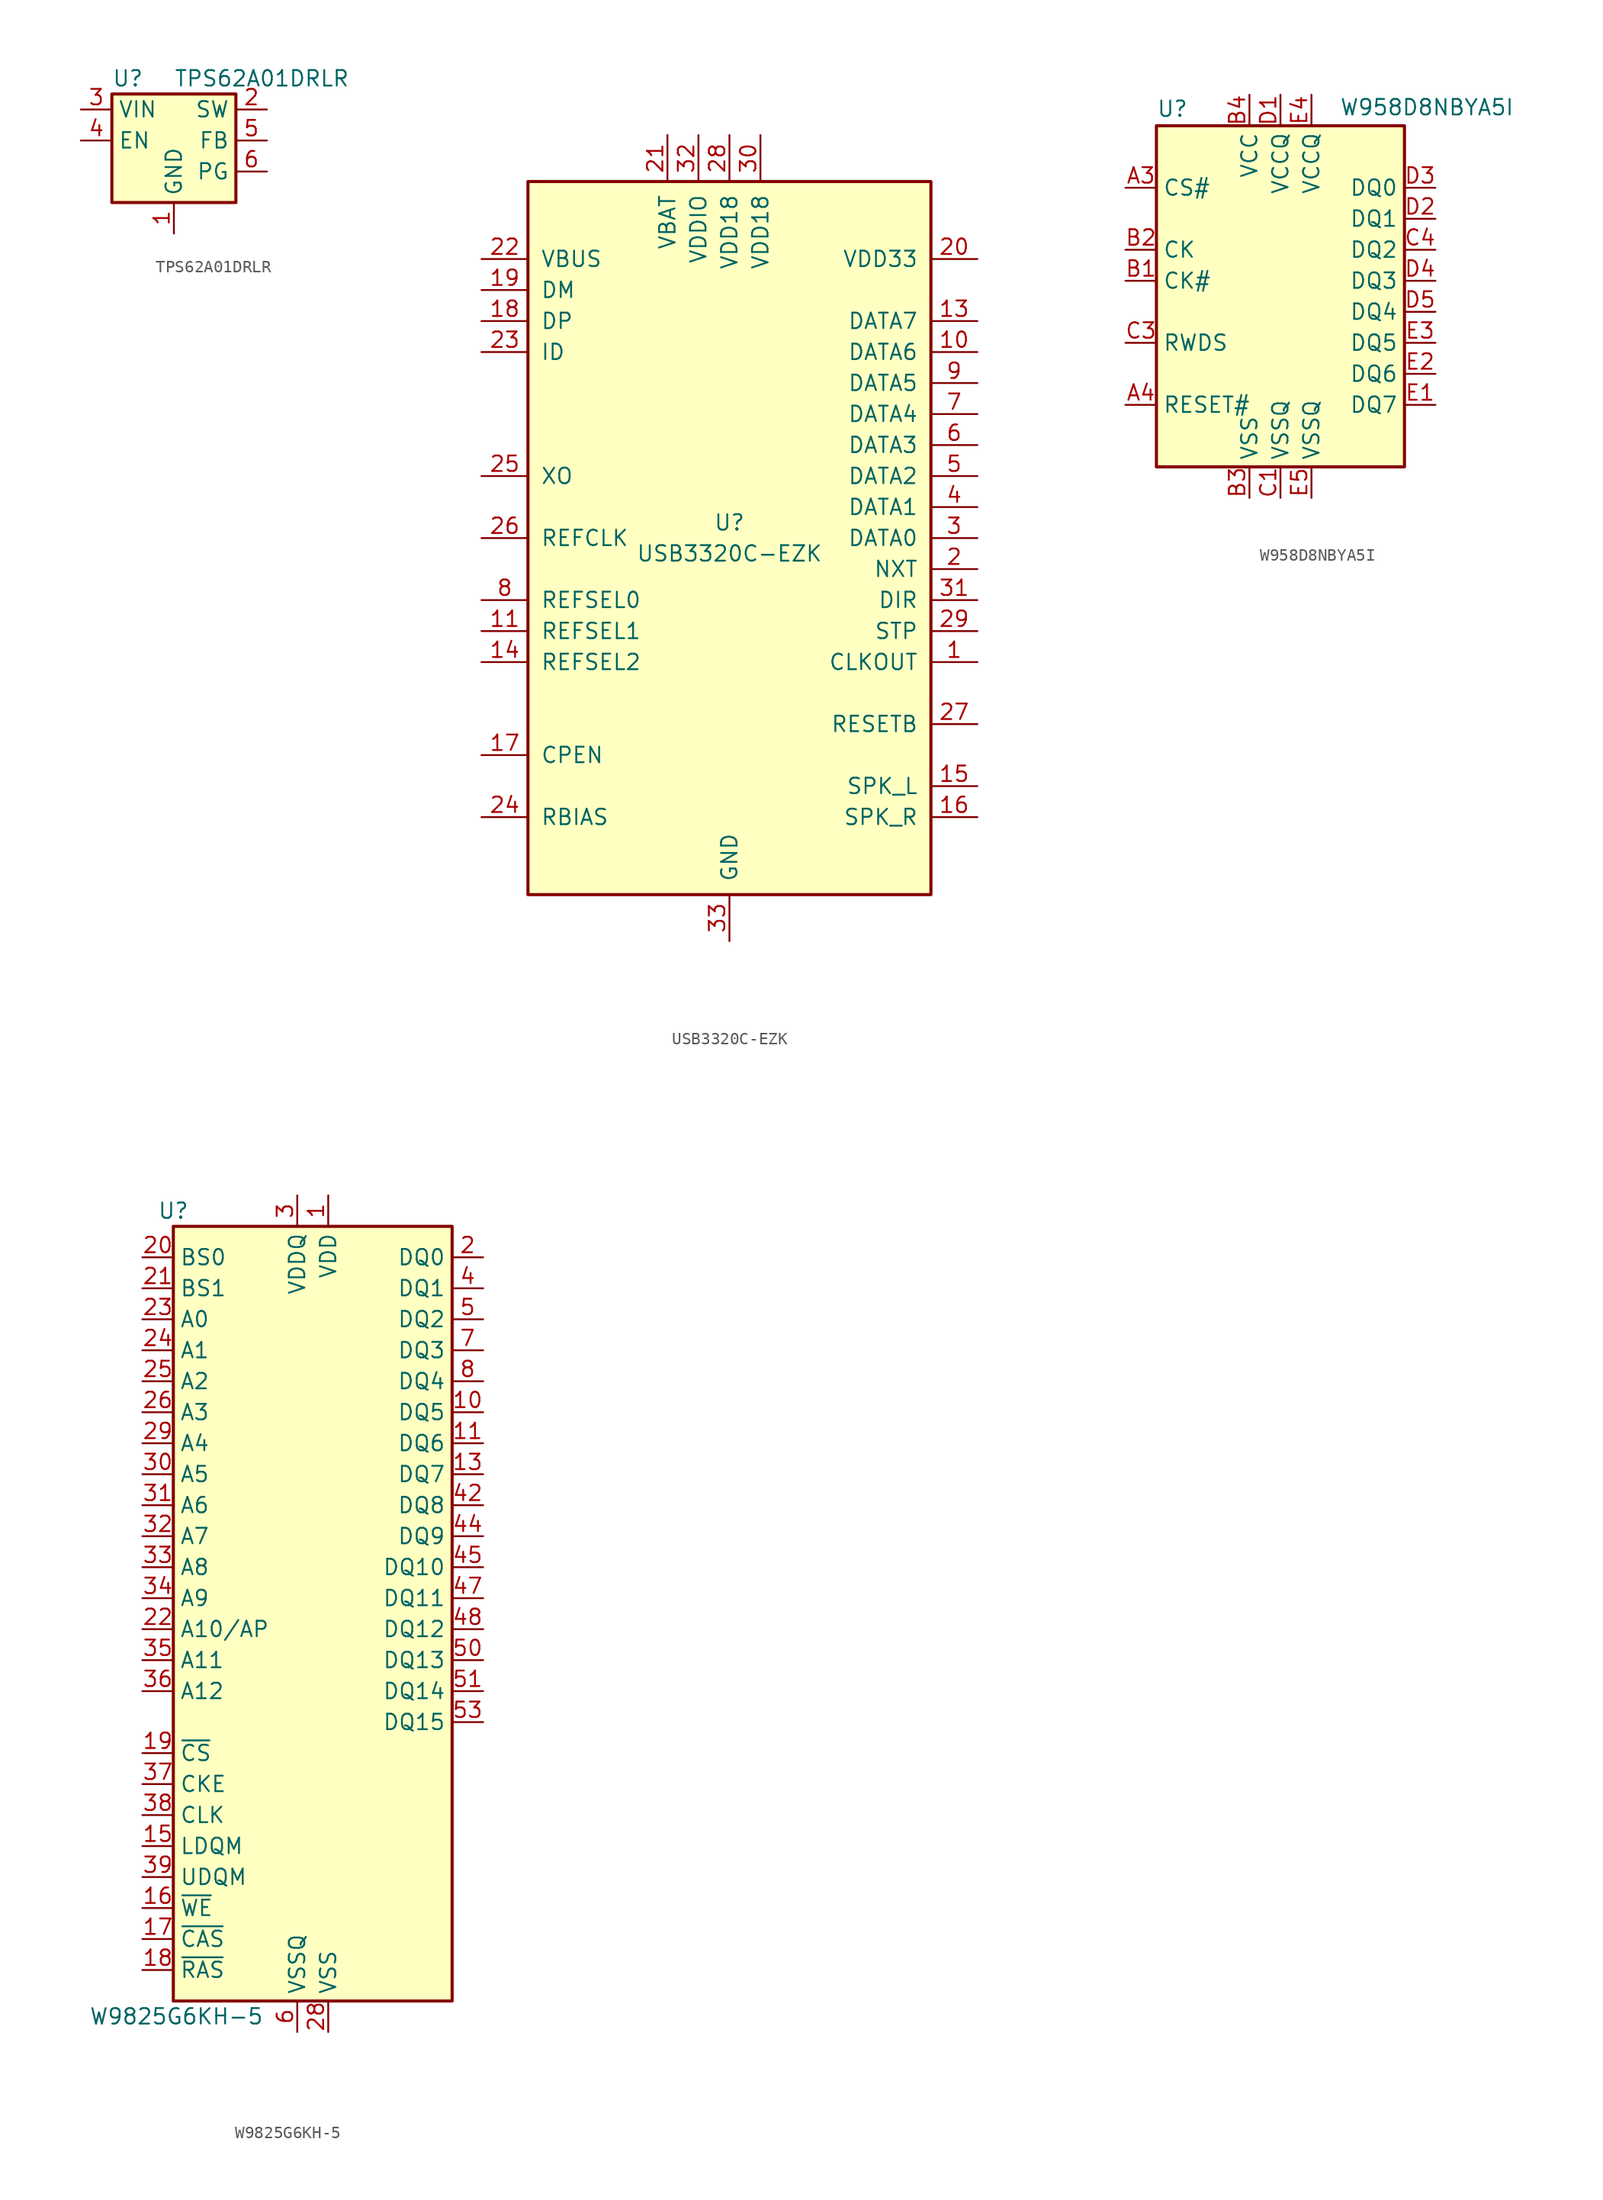
<source format=kicad_sym>
(kicad_symbol_lib
  (version 20241209)
  (generator "kicad_symbol_editor")
  (generator_version "9.0")
  (symbol "TPS62A01DRLR"
    (property "Reference" "U"
      (at -5.08 5.08 0)
      (effects (font (size 1.27 1.27)) (justify left)))
    (property "Value" "TPS62A01DRLR"
      (at 0 5.08 0)
      (effects (font (size 1.27 1.27)) (justify left)))
    (symbol "TPS62A01DRLR_0_1"
      (rectangle (start -5.08 3.81) (end 5.08 -5.08) (stroke (width 0.254) (type default)) (fill (type background))))
    (symbol "TPS62A01DRLR_1_1"
      (pin power_in line (at -7.62 2.54 0) (length 2.54) (name "VIN" (effects (font (size 1.27 1.27)))) (number "3" (effects (font (size 1.27 1.27)))))
      (pin input line (at -7.62 0 0) (length 2.54) (name "EN" (effects (font (size 1.27 1.27)))) (number "4" (effects (font (size 1.27 1.27)))))
      (pin power_in line (at 0 -7.62 90) (length 2.54) (name "GND" (effects (font (size 1.27 1.27)))) (number "1" (effects (font (size 1.27 1.27)))))
      (pin power_out line (at 7.62 2.54 180) (length 2.54) (name "SW" (effects (font (size 1.27 1.27)))) (number "2" (effects (font (size 1.27 1.27)))))
      (pin input line (at 7.62 0 180) (length 2.54) (name "FB" (effects (font (size 1.27 1.27)))) (number "5" (effects (font (size 1.27 1.27)))))
      (pin open_collector line (at 7.62 -2.54 180) (length 2.54) (name "PG" (effects (font (size 1.27 1.27)))) (number "6" (effects (font (size 1.27 1.27)))))))
  (symbol "USB3320C-EZK"
    (pin_names
      (offset 1.016))
    (property "Reference" "U"
      (at 0 1.27 0)
      (effects (font (size 1.27 1.27))))
    (property "Value" "USB3320C-EZK"
      (at 0 -1.27 0)
      (effects (font (size 1.27 1.27))))
    (symbol "USB3320C-EZK_0_1"
      (rectangle (start -16.51 29.21) (end 16.51 -29.21) (stroke (width 0.254) (type default)) (fill (type background))))
    (symbol "USB3320C-EZK_1_1"
      (pin power_in line (at -20.32 22.86 0) (length 3.81) (name "VBUS" (effects (font (size 1.27 1.27)))) (number "22" (effects (font (size 1.27 1.27)))))
      (pin bidirectional line (at -20.32 20.32 0) (length 3.81) (name "DM" (effects (font (size 1.27 1.27)))) (number "19" (effects (font (size 1.27 1.27)))))
      (pin bidirectional line (at -20.32 17.78 0) (length 3.81) (name "DP" (effects (font (size 1.27 1.27)))) (number "18" (effects (font (size 1.27 1.27)))))
      (pin input line (at -20.32 15.24 0) (length 3.81) (name "ID" (effects (font (size 1.27 1.27)))) (number "23" (effects (font (size 1.27 1.27)))))
      (pin output line (at -20.32 5.08 0) (length 3.81) (name "XO" (effects (font (size 1.27 1.27)))) (number "25" (effects (font (size 1.27 1.27)))))
      (pin input line (at -20.32 0 0) (length 3.81) (name "REFCLK" (effects (font (size 1.27 1.27)))) (number "26" (effects (font (size 1.27 1.27)))))
      (pin input line (at -20.32 -5.08 0) (length 3.81) (name "REFSEL0" (effects (font (size 1.27 1.27)))) (number "8" (effects (font (size 1.27 1.27)))))
      (pin input line (at -20.32 -7.62 0) (length 3.81) (name "REFSEL1" (effects (font (size 1.27 1.27)))) (number "11" (effects (font (size 1.27 1.27)))))
      (pin input line (at -20.32 -10.16 0) (length 3.81) (name "REFSEL2" (effects (font (size 1.27 1.27)))) (number "14" (effects (font (size 1.27 1.27)))))
      (pin output line (at -20.32 -17.78 0) (length 3.81) (name "CPEN" (effects (font (size 1.27 1.27)))) (number "17" (effects (font (size 1.27 1.27)))))
      (pin passive line (at -20.32 -22.86 0) (length 3.81) (name "RBIAS" (effects (font (size 1.27 1.27)))) (number "24" (effects (font (size 1.27 1.27)))))
      (pin power_in line (at -5.08 33.02 270) (length 3.81) (name "VBAT" (effects (font (size 1.27 1.27)))) (number "21" (effects (font (size 1.27 1.27)))))
      (pin power_in line (at -2.54 33.02 270) (length 3.81) (name "VDDIO" (effects (font (size 1.27 1.27)))) (number "32" (effects (font (size 1.27 1.27)))))
      (pin no_connect line (at -2.54 -29.21 90) (length 3.81) (hide yes) (name "NC" (effects (font (size 1.27 1.27)))) (number "12" (effects (font (size 1.27 1.27)))))
      (pin power_in line (at 0 33.02 270) (length 3.81) (name "VDD18" (effects (font (size 1.27 1.27)))) (number "28" (effects (font (size 1.27 1.27)))))
      (pin power_in line (at 0 -33.02 90) (length 3.81) (name "GND" (effects (font (size 1.27 1.27)))) (number "33" (effects (font (size 1.27 1.27)))))
      (pin power_in line (at 2.54 33.02 270) (length 3.81) (name "VDD18" (effects (font (size 1.27 1.27)))) (number "30" (effects (font (size 1.27 1.27)))))
      (pin power_out line (at 20.32 22.86 180) (length 3.81) (name "VDD33" (effects (font (size 1.27 1.27)))) (number "20" (effects (font (size 1.27 1.27)))))
      (pin bidirectional line (at 20.32 17.78 180) (length 3.81) (name "DATA7" (effects (font (size 1.27 1.27)))) (number "13" (effects (font (size 1.27 1.27)))))
      (pin bidirectional line (at 20.32 15.24 180) (length 3.81) (name "DATA6" (effects (font (size 1.27 1.27)))) (number "10" (effects (font (size 1.27 1.27)))))
      (pin bidirectional line (at 20.32 12.7 180) (length 3.81) (name "DATA5" (effects (font (size 1.27 1.27)))) (number "9" (effects (font (size 1.27 1.27)))))
      (pin bidirectional line (at 20.32 10.16 180) (length 3.81) (name "DATA4" (effects (font (size 1.27 1.27)))) (number "7" (effects (font (size 1.27 1.27)))))
      (pin bidirectional line (at 20.32 7.62 180) (length 3.81) (name "DATA3" (effects (font (size 1.27 1.27)))) (number "6" (effects (font (size 1.27 1.27)))))
      (pin bidirectional line (at 20.32 5.08 180) (length 3.81) (name "DATA2" (effects (font (size 1.27 1.27)))) (number "5" (effects (font (size 1.27 1.27)))))
      (pin bidirectional line (at 20.32 2.54 180) (length 3.81) (name "DATA1" (effects (font (size 1.27 1.27)))) (number "4" (effects (font (size 1.27 1.27)))))
      (pin bidirectional line (at 20.32 0 180) (length 3.81) (name "DATA0" (effects (font (size 1.27 1.27)))) (number "3" (effects (font (size 1.27 1.27)))))
      (pin output line (at 20.32 -2.54 180) (length 3.81) (name "NXT" (effects (font (size 1.27 1.27)))) (number "2" (effects (font (size 1.27 1.27)))))
      (pin output line (at 20.32 -5.08 180) (length 3.81) (name "DIR" (effects (font (size 1.27 1.27)))) (number "31" (effects (font (size 1.27 1.27)))))
      (pin input line (at 20.32 -7.62 180) (length 3.81) (name "STP" (effects (font (size 1.27 1.27)))) (number "29" (effects (font (size 1.27 1.27)))))
      (pin output line (at 20.32 -10.16 180) (length 3.81) (name "CLKOUT" (effects (font (size 1.27 1.27)))) (number "1" (effects (font (size 1.27 1.27)))))
      (pin input line (at 20.32 -15.24 180) (length 3.81) (name "RESETB" (effects (font (size 1.27 1.27)))) (number "27" (effects (font (size 1.27 1.27)))))
      (pin passive line (at 20.32 -20.32 180) (length 3.81) (name "SPK_L" (effects (font (size 1.27 1.27)))) (number "15" (effects (font (size 1.27 1.27)))))
      (pin passive line (at 20.32 -22.86 180) (length 3.81) (name "SPK_R" (effects (font (size 1.27 1.27)))) (number "16" (effects (font (size 1.27 1.27)))))))
  (symbol "W958D8NBYA5I"
    (property "Reference" "U"
      (at -10.16 13.335 0)
      (effects (font (size 1.27 1.27)) (justify left bottom)))
    (property "Value" "W958D8NBYA5I"
      (at 4.826 13.462 0)
      (effects (font (size 1.27 1.27)) (justify left bottom)))
    (symbol "W958D8NBYA5I_0_1"
      (rectangle (start -10.16 12.7) (end 10.16 -15.24) (stroke (width 0.254) (type default)) (fill (type background))))
    (symbol "W958D8NBYA5I_1_1"
      (pin input line (at -12.7 7.62 0) (length 2.54) (name "CS#" (effects (font (size 1.27 1.27)))) (number "A3" (effects (font (size 1.27 1.27)))))
      (pin input line (at -12.7 2.54 0) (length 2.54) (name "CK" (effects (font (size 1.27 1.27)))) (number "B2" (effects (font (size 1.27 1.27)))))
      (pin input line (at -12.7 0 0) (length 2.54) (name "CK#" (effects (font (size 1.27 1.27)))) (number "B1" (effects (font (size 1.27 1.27)))))
      (pin bidirectional line (at -12.7 -5.08 0) (length 2.54) (name "RWDS" (effects (font (size 1.27 1.27)))) (number "C3" (effects (font (size 1.27 1.27)))))
      (pin input line (at -12.7 -10.16 0) (length 2.54) (name "RESET#" (effects (font (size 1.27 1.27)))) (number "A4" (effects (font (size 1.27 1.27)))))
      (pin no_connect line (at -10.16 -7.62 0) (length 2.54) (hide yes) (name "RFU" (effects (font (size 1.27 1.27)))) (number "A2" (effects (font (size 1.27 1.27)))))
      (pin no_connect line (at -10.16 -12.7 0) (length 2.54) (hide yes) (name "RFU" (effects (font (size 1.27 1.27)))) (number "B5" (effects (font (size 1.27 1.27)))))
      (pin no_connect line (at -10.16 -15.24 0) (length 2.54) (hide yes) (name "RFU" (effects (font (size 1.27 1.27)))) (number "A5" (effects (font (size 1.27 1.27)))))
      (pin power_in line (at -2.54 15.24 270) (length 2.54) (name "VCC" (effects (font (size 1.27 1.27)))) (number "B4" (effects (font (size 1.27 1.27)))))
      (pin power_in line (at -2.54 -17.78 90) (length 2.54) (name "VSS" (effects (font (size 1.27 1.27)))) (number "B3" (effects (font (size 1.27 1.27)))))
      (pin power_in line (at 0 15.24 270) (length 2.54) (name "VCCQ" (effects (font (size 1.27 1.27)))) (number "D1" (effects (font (size 1.27 1.27)))))
      (pin power_in line (at 0 -17.78 90) (length 2.54) (name "VSSQ" (effects (font (size 1.27 1.27)))) (number "C1" (effects (font (size 1.27 1.27)))))
      (pin power_in line (at 2.54 15.24 270) (length 2.54) (name "VCCQ" (effects (font (size 1.27 1.27)))) (number "E4" (effects (font (size 1.27 1.27)))))
      (pin power_in line (at 2.54 -17.78 90) (length 2.54) (name "VSSQ" (effects (font (size 1.27 1.27)))) (number "E5" (effects (font (size 1.27 1.27)))))
      (pin no_connect line (at 10.16 -12.7 180) (length 2.54) (hide yes) (name "RFU" (effects (font (size 1.27 1.27)))) (number "C2" (effects (font (size 1.27 1.27)))))
      (pin no_connect line (at 10.16 -15.24 180) (length 2.54) (hide yes) (name "RFU" (effects (font (size 1.27 1.27)))) (number "C5" (effects (font (size 1.27 1.27)))))
      (pin tri_state line (at 12.7 7.62 180) (length 2.54) (name "DQ0" (effects (font (size 1.27 1.27)))) (number "D3" (effects (font (size 1.27 1.27)))))
      (pin tri_state line (at 12.7 5.08 180) (length 2.54) (name "DQ1" (effects (font (size 1.27 1.27)))) (number "D2" (effects (font (size 1.27 1.27)))))
      (pin tri_state line (at 12.7 2.54 180) (length 2.54) (name "DQ2" (effects (font (size 1.27 1.27)))) (number "C4" (effects (font (size 1.27 1.27)))))
      (pin tri_state line (at 12.7 0 180) (length 2.54) (name "DQ3" (effects (font (size 1.27 1.27)))) (number "D4" (effects (font (size 1.27 1.27)))))
      (pin tri_state line (at 12.7 -2.54 180) (length 2.54) (name "DQ4" (effects (font (size 1.27 1.27)))) (number "D5" (effects (font (size 1.27 1.27)))))
      (pin tri_state line (at 12.7 -5.08 180) (length 2.54) (name "DQ5" (effects (font (size 1.27 1.27)))) (number "E3" (effects (font (size 1.27 1.27)))))
      (pin tri_state line (at 12.7 -7.62 180) (length 2.54) (name "DQ6" (effects (font (size 1.27 1.27)))) (number "E2" (effects (font (size 1.27 1.27)))))
      (pin tri_state line (at 12.7 -10.16 180) (length 2.54) (name "DQ7" (effects (font (size 1.27 1.27)))) (number "E1" (effects (font (size 1.27 1.27)))))))
  (symbol "W9825G6KH-5"
    (property "Reference" "U"
      (at -10.16 31.75 0)
      (effects (font (size 1.27 1.27))))
    (property "Value" "W9825G6KH-5"
      (at -9.906 -34.29 0)
      (effects (font (size 1.27 1.27))))
    (symbol "W9825G6KH-5_1_1"
      (rectangle (start -10.16 30.48) (end 12.7 -33.02) (stroke (width 0.254) (type default)) (fill (type background)))
      (pin input line (at -12.7 27.94 0) (length 2.54) (name "BS0" (effects (font (size 1.27 1.27)))) (number "20" (effects (font (size 1.27 1.27)))))
      (pin input line (at -12.7 25.4 0) (length 2.54) (name "BS1" (effects (font (size 1.27 1.27)))) (number "21" (effects (font (size 1.27 1.27)))))
      (pin input line (at -12.7 22.86 0) (length 2.54) (name "A0" (effects (font (size 1.27 1.27)))) (number "23" (effects (font (size 1.27 1.27)))))
      (pin input line (at -12.7 20.32 0) (length 2.54) (name "A1" (effects (font (size 1.27 1.27)))) (number "24" (effects (font (size 1.27 1.27)))))
      (pin input line (at -12.7 17.78 0) (length 2.54) (name "A2" (effects (font (size 1.27 1.27)))) (number "25" (effects (font (size 1.27 1.27)))))
      (pin input line (at -12.7 15.24 0) (length 2.54) (name "A3" (effects (font (size 1.27 1.27)))) (number "26" (effects (font (size 1.27 1.27)))))
      (pin input line (at -12.7 12.7 0) (length 2.54) (name "A4" (effects (font (size 1.27 1.27)))) (number "29" (effects (font (size 1.27 1.27)))))
      (pin input line (at -12.7 10.16 0) (length 2.54) (name "A5" (effects (font (size 1.27 1.27)))) (number "30" (effects (font (size 1.27 1.27)))))
      (pin input line (at -12.7 7.62 0) (length 2.54) (name "A6" (effects (font (size 1.27 1.27)))) (number "31" (effects (font (size 1.27 1.27)))))
      (pin input line (at -12.7 5.08 0) (length 2.54) (name "A7" (effects (font (size 1.27 1.27)))) (number "32" (effects (font (size 1.27 1.27)))))
      (pin input line (at -12.7 2.54 0) (length 2.54) (name "A8" (effects (font (size 1.27 1.27)))) (number "33" (effects (font (size 1.27 1.27)))))
      (pin input line (at -12.7 0 0) (length 2.54) (name "A9" (effects (font (size 1.27 1.27)))) (number "34" (effects (font (size 1.27 1.27)))))
      (pin input line (at -12.7 -2.54 0) (length 2.54) (name "A10/AP" (effects (font (size 1.27 1.27)))) (number "22" (effects (font (size 1.27 1.27)))))
      (pin input line (at -12.7 -5.08 0) (length 2.54) (name "A11" (effects (font (size 1.27 1.27)))) (number "35" (effects (font (size 1.27 1.27)))))
      (pin input line (at -12.7 -7.62 0) (length 2.54) (name "A12" (effects (font (size 1.27 1.27)))) (number "36" (effects (font (size 1.27 1.27)))))
      (pin input line (at -12.7 -12.7 0) (length 2.54) (name "~{CS}" (effects (font (size 1.27 1.27)))) (number "19" (effects (font (size 1.27 1.27)))))
      (pin input line (at -12.7 -15.24 0) (length 2.54) (name "CKE" (effects (font (size 1.27 1.27)))) (number "37" (effects (font (size 1.27 1.27)))))
      (pin input line (at -12.7 -17.78 0) (length 2.54) (name "CLK" (effects (font (size 1.27 1.27)))) (number "38" (effects (font (size 1.27 1.27)))))
      (pin input line (at -12.7 -20.32 0) (length 2.54) (name "LDQM" (effects (font (size 1.27 1.27)))) (number "15" (effects (font (size 1.27 1.27)))))
      (pin input line (at -12.7 -22.86 0) (length 2.54) (name "UDQM" (effects (font (size 1.27 1.27)))) (number "39" (effects (font (size 1.27 1.27)))))
      (pin input line (at -12.7 -25.4 0) (length 2.54) (name "~{WE}" (effects (font (size 1.27 1.27)))) (number "16" (effects (font (size 1.27 1.27)))))
      (pin input line (at -12.7 -27.94 0) (length 2.54) (name "~{CAS}" (effects (font (size 1.27 1.27)))) (number "17" (effects (font (size 1.27 1.27)))))
      (pin input line (at -12.7 -30.48 0) (length 2.54) (name "~{RAS}" (effects (font (size 1.27 1.27)))) (number "18" (effects (font (size 1.27 1.27)))))
      (pin power_in line (at 0 33.02 270) (length 2.54) (name "VDDQ" (effects (font (size 1.27 1.27)))) (number "3" (effects (font (size 1.27 1.27)))))
      (pin passive line (at 0 33.02 270) (length 2.54) (hide yes) (name "VDDQ" (effects (font (size 1.27 1.27)))) (number "43" (effects (font (size 1.27 1.27)))))
      (pin passive line (at 0 33.02 270) (length 2.54) (hide yes) (name "VDDQ" (effects (font (size 1.27 1.27)))) (number "49" (effects (font (size 1.27 1.27)))))
      (pin passive line (at 0 33.02 270) (length 2.54) (hide yes) (name "VDDQ" (effects (font (size 1.27 1.27)))) (number "9" (effects (font (size 1.27 1.27)))))
      (pin passive line (at 0 -35.56 90) (length 2.54) (hide yes) (name "VSSQ" (effects (font (size 1.27 1.27)))) (number "12" (effects (font (size 1.27 1.27)))))
      (pin passive line (at 0 -35.56 90) (length 2.54) (hide yes) (name "VSSQ" (effects (font (size 1.27 1.27)))) (number "46" (effects (font (size 1.27 1.27)))))
      (pin passive line (at 0 -35.56 90) (length 2.54) (hide yes) (name "VSSQ" (effects (font (size 1.27 1.27)))) (number "52" (effects (font (size 1.27 1.27)))))
      (pin power_in line (at 0 -35.56 90) (length 2.54) (name "VSSQ" (effects (font (size 1.27 1.27)))) (number "6" (effects (font (size 1.27 1.27)))))
      (pin power_in line (at 2.54 33.02 270) (length 2.54) (name "VDD" (effects (font (size 1.27 1.27)))) (number "1" (effects (font (size 1.27 1.27)))))
      (pin passive line (at 2.54 33.02 270) (length 2.54) (hide yes) (name "VDD" (effects (font (size 1.27 1.27)))) (number "14" (effects (font (size 1.27 1.27)))))
      (pin passive line (at 2.54 33.02 270) (length 2.54) (hide yes) (name "VDD" (effects (font (size 1.27 1.27)))) (number "27" (effects (font (size 1.27 1.27)))))
      (pin power_in line (at 2.54 -35.56 90) (length 2.54) (name "VSS" (effects (font (size 1.27 1.27)))) (number "28" (effects (font (size 1.27 1.27)))))
      (pin passive line (at 2.54 -35.56 90) (length 2.54) (hide yes) (name "VSS" (effects (font (size 1.27 1.27)))) (number "41" (effects (font (size 1.27 1.27)))))
      (pin passive line (at 2.54 -35.56 90) (length 2.54) (hide yes) (name "VSS" (effects (font (size 1.27 1.27)))) (number "54" (effects (font (size 1.27 1.27)))))
      (pin no_connect line (at 12.7 -17.78 180) (length 2.54) (hide yes) (name "NC" (effects (font (size 1.27 1.27)))) (number "40" (effects (font (size 1.27 1.27)))))
      (pin bidirectional line (at 15.24 27.94 180) (length 2.54) (name "DQ0" (effects (font (size 1.27 1.27)))) (number "2" (effects (font (size 1.27 1.27)))))
      (pin bidirectional line (at 15.24 25.4 180) (length 2.54) (name "DQ1" (effects (font (size 1.27 1.27)))) (number "4" (effects (font (size 1.27 1.27)))))
      (pin bidirectional line (at 15.24 22.86 180) (length 2.54) (name "DQ2" (effects (font (size 1.27 1.27)))) (number "5" (effects (font (size 1.27 1.27)))))
      (pin bidirectional line (at 15.24 20.32 180) (length 2.54) (name "DQ3" (effects (font (size 1.27 1.27)))) (number "7" (effects (font (size 1.27 1.27)))))
      (pin bidirectional line (at 15.24 17.78 180) (length 2.54) (name "DQ4" (effects (font (size 1.27 1.27)))) (number "8" (effects (font (size 1.27 1.27)))))
      (pin bidirectional line (at 15.24 15.24 180) (length 2.54) (name "DQ5" (effects (font (size 1.27 1.27)))) (number "10" (effects (font (size 1.27 1.27)))))
      (pin bidirectional line (at 15.24 12.7 180) (length 2.54) (name "DQ6" (effects (font (size 1.27 1.27)))) (number "11" (effects (font (size 1.27 1.27)))))
      (pin bidirectional line (at 15.24 10.16 180) (length 2.54) (name "DQ7" (effects (font (size 1.27 1.27)))) (number "13" (effects (font (size 1.27 1.27)))))
      (pin bidirectional line (at 15.24 7.62 180) (length 2.54) (name "DQ8" (effects (font (size 1.27 1.27)))) (number "42" (effects (font (size 1.27 1.27)))))
      (pin bidirectional line (at 15.24 5.08 180) (length 2.54) (name "DQ9" (effects (font (size 1.27 1.27)))) (number "44" (effects (font (size 1.27 1.27)))))
      (pin bidirectional line (at 15.24 2.54 180) (length 2.54) (name "DQ10" (effects (font (size 1.27 1.27)))) (number "45" (effects (font (size 1.27 1.27)))))
      (pin bidirectional line (at 15.24 0 180) (length 2.54) (name "DQ11" (effects (font (size 1.27 1.27)))) (number "47" (effects (font (size 1.27 1.27)))))
      (pin bidirectional line (at 15.24 -2.54 180) (length 2.54) (name "DQ12" (effects (font (size 1.27 1.27)))) (number "48" (effects (font (size 1.27 1.27)))))
      (pin bidirectional line (at 15.24 -5.08 180) (length 2.54) (name "DQ13" (effects (font (size 1.27 1.27)))) (number "50" (effects (font (size 1.27 1.27)))))
      (pin bidirectional line (at 15.24 -7.62 180) (length 2.54) (name "DQ14" (effects (font (size 1.27 1.27)))) (number "51" (effects (font (size 1.27 1.27)))))
      (pin bidirectional line (at 15.24 -10.16 180) (length 2.54) (name "DQ15" (effects (font (size 1.27 1.27)))) (number "53" (effects (font (size 1.27 1.27))))))))
</source>
